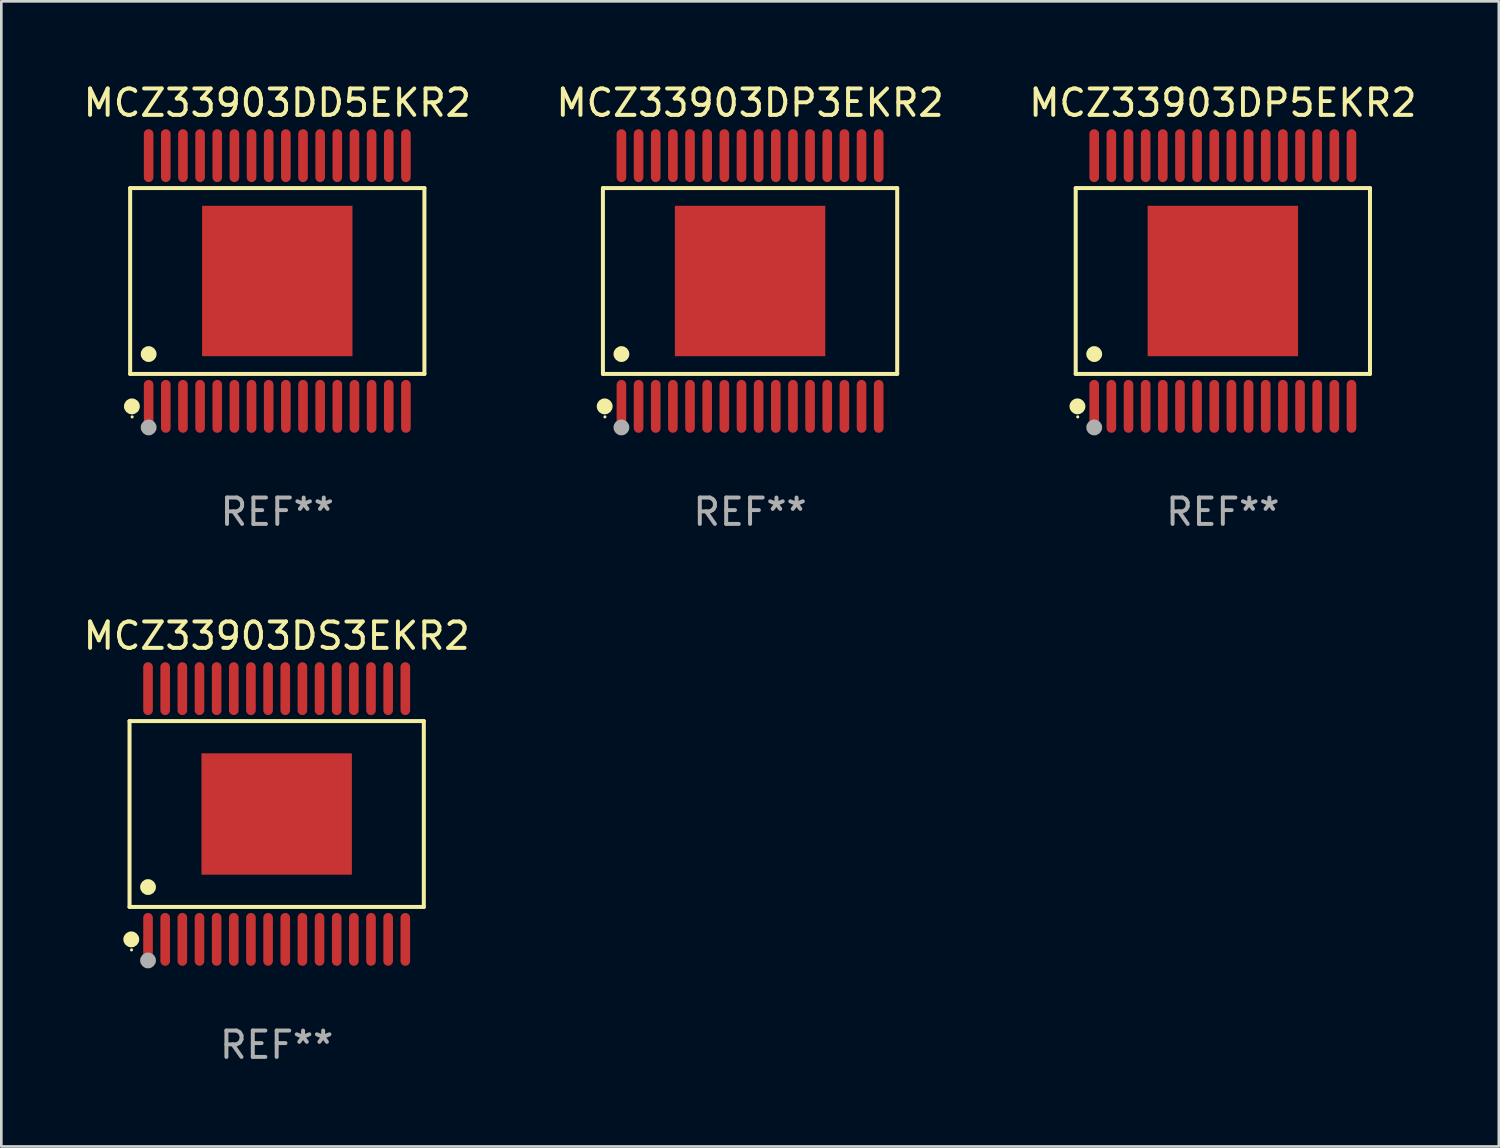
<source format=kicad_pcb>
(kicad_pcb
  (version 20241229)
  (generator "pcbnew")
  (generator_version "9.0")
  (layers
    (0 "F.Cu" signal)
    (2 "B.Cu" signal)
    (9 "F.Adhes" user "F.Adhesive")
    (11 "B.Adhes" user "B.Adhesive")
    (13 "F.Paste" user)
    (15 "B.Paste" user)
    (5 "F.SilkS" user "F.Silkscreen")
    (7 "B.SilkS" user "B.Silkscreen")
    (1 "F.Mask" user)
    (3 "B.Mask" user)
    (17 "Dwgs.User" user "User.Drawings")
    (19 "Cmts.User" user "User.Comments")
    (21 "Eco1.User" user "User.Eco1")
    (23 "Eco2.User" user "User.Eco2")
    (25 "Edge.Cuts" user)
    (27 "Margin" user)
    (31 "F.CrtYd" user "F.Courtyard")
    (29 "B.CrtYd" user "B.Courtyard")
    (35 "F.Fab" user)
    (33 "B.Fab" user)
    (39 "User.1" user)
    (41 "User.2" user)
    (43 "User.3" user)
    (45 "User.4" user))
  (footprint "MCZ33903DD5EKR2"
    (layer "F.Cu")
    (at 7.458 7.599)
    (property "Reference" "MCZ33903DD5EKR2" (at 0 -6.751 0) (layer "F.SilkS") (effects (font (size 1 1) (thickness 0.15))))
    (attr through_hole)
    (fp_line (start -5.576 -3.521) (end 5.576 -3.521) (stroke (width 0.152) (type solid)) (layer "F.SilkS"))
    (fp_line (start -5.576 3.521) (end -5.576 -3.521) (stroke (width 0.152) (type solid)) (layer "F.SilkS"))
    (fp_line (start 5.576 -3.521) (end 5.576 3.521) (stroke (width 0.152) (type solid)) (layer "F.SilkS"))
    (fp_line (start 5.576 3.521) (end -5.576 3.521) (stroke (width 0.152) (type solid)) (layer "F.SilkS"))
    (fp_circle (center -5.51 4.751) (end -5.359 4.751) (stroke (width 0.3) (type solid)) (fill no) (layer "F.SilkS"))
    (fp_circle (center -5.5 5.15) (end -5.47 5.15) (stroke (width 0.06) (type solid)) (fill no) (layer "F.SilkS"))
    (fp_circle (center -4.875 2.769) (end -4.725 2.769) (stroke (width 0.3) (type solid)) (fill no) (layer "F.SilkS"))
    (fp_circle (center -4.875 5.55) (end -4.725 5.55) (stroke (width 0.3) (type solid)) (fill no) (layer "F.Fab"))
    (fp_text user "REF**" (at 0 8.751 0) (layer "F.Fab") (effects (font (size 1 1) (thickness 0.15))))
    (pad "1" smd oval (at -4.875 4.751) (size 0.364 2.002) (layers "F.Cu" "F.Mask" "F.Paste"))
    (pad "2" smd oval (at -4.225 4.751) (size 0.364 2.002) (layers "F.Cu" "F.Mask" "F.Paste"))
    (pad "3" smd oval (at -3.575 4.751) (size 0.364 2.002) (layers "F.Cu" "F.Mask" "F.Paste"))
    (pad "4" smd oval (at -2.925 4.751) (size 0.364 2.002) (layers "F.Cu" "F.Mask" "F.Paste"))
    (pad "5" smd oval (at -2.275 4.751) (size 0.364 2.002) (layers "F.Cu" "F.Mask" "F.Paste"))
    (pad "6" smd oval (at -1.625 4.751) (size 0.364 2.002) (layers "F.Cu" "F.Mask" "F.Paste"))
    (pad "7" smd oval (at -0.975 4.751) (size 0.364 2.002) (layers "F.Cu" "F.Mask" "F.Paste"))
    (pad "8" smd oval (at -0.325 4.751) (size 0.364 2.002) (layers "F.Cu" "F.Mask" "F.Paste"))
    (pad "9" smd oval (at 0.325 4.751) (size 0.364 2.002) (layers "F.Cu" "F.Mask" "F.Paste"))
    (pad "10" smd oval (at 0.975 4.751) (size 0.364 2.002) (layers "F.Cu" "F.Mask" "F.Paste"))
    (pad "11" smd oval (at 1.625 4.751) (size 0.364 2.002) (layers "F.Cu" "F.Mask" "F.Paste"))
    (pad "12" smd oval (at 2.275 4.751) (size 0.364 2.002) (layers "F.Cu" "F.Mask" "F.Paste"))
    (pad "13" smd oval (at 2.925 4.751) (size 0.364 2.002) (layers "F.Cu" "F.Mask" "F.Paste"))
    (pad "14" smd oval (at 3.575 4.751) (size 0.364 2.002) (layers "F.Cu" "F.Mask" "F.Paste"))
    (pad "15" smd oval (at 4.225 4.751) (size 0.364 2.002) (layers "F.Cu" "F.Mask" "F.Paste"))
    (pad "16" smd oval (at 4.875 4.751) (size 0.364 2.002) (layers "F.Cu" "F.Mask" "F.Paste"))
    (pad "17" smd oval (at 4.875 -4.751) (size 0.364 2.002) (layers "F.Cu" "F.Mask" "F.Paste"))
    (pad "18" smd oval (at 4.225 -4.751) (size 0.364 2.002) (layers "F.Cu" "F.Mask" "F.Paste"))
    (pad "19" smd oval (at 3.575 -4.751) (size 0.364 2.002) (layers "F.Cu" "F.Mask" "F.Paste"))
    (pad "20" smd oval (at 2.925 -4.751) (size 0.364 2.002) (layers "F.Cu" "F.Mask" "F.Paste"))
    (pad "21" smd oval (at 2.275 -4.751) (size 0.364 2.002) (layers "F.Cu" "F.Mask" "F.Paste"))
    (pad "22" smd oval (at 1.625 -4.751) (size 0.364 2.002) (layers "F.Cu" "F.Mask" "F.Paste"))
    (pad "23" smd oval (at 0.975 -4.751) (size 0.364 2.002) (layers "F.Cu" "F.Mask" "F.Paste"))
    (pad "24" smd oval (at 0.325 -4.751) (size 0.364 2.002) (layers "F.Cu" "F.Mask" "F.Paste"))
    (pad "25" smd oval (at -0.325 -4.751) (size 0.364 2.002) (layers "F.Cu" "F.Mask" "F.Paste"))
    (pad "26" smd oval (at -0.975 -4.751) (size 0.364 2.002) (layers "F.Cu" "F.Mask" "F.Paste"))
    (pad "27" smd oval (at -1.625 -4.751) (size 0.364 2.002) (layers "F.Cu" "F.Mask" "F.Paste"))
    (pad "28" smd oval (at -2.275 -4.751) (size 0.364 2.002) (layers "F.Cu" "F.Mask" "F.Paste"))
    (pad "29" smd oval (at -2.925 -4.751) (size 0.364 2.002) (layers "F.Cu" "F.Mask" "F.Paste"))
    (pad "30" smd oval (at -3.575 -4.751) (size 0.364 2.002) (layers "F.Cu" "F.Mask" "F.Paste"))
    (pad "31" smd oval (at -4.225 -4.751) (size 0.364 2.002) (layers "F.Cu" "F.Mask" "F.Paste"))
    (pad "32" smd oval (at -4.875 -4.751) (size 0.364 2.002) (layers "F.Cu" "F.Mask" "F.Paste"))
    (pad "33" smd rect (at 0 0) (size 5.7 5.7) (layers "F.Cu" "F.Mask" "F.Paste")))
  (footprint "MCZ33903DS3EKR2"
    (layer "F.Cu")
    (at 7.435 27.798)
    (property "Reference" "MCZ33903DS3EKR2" (at 0 -6.751 0) (layer "F.SilkS") (effects (font (size 1 1) (thickness 0.15))))
    (attr through_hole)
    (fp_line (start -5.576 -3.521) (end 5.576 -3.521) (stroke (width 0.152) (type solid)) (layer "F.SilkS"))
    (fp_line (start -5.576 3.521) (end -5.576 -3.521) (stroke (width 0.152) (type solid)) (layer "F.SilkS"))
    (fp_line (start 5.576 -3.521) (end 5.576 3.521) (stroke (width 0.152) (type solid)) (layer "F.SilkS"))
    (fp_line (start 5.576 3.521) (end -5.576 3.521) (stroke (width 0.152) (type solid)) (layer "F.SilkS"))
    (fp_circle (center -5.51 4.751) (end -5.359 4.751) (stroke (width 0.3) (type solid)) (fill no) (layer "F.SilkS"))
    (fp_circle (center -5.5 5.15) (end -5.47 5.15) (stroke (width 0.06) (type solid)) (fill no) (layer "F.SilkS"))
    (fp_circle (center -4.875 2.769) (end -4.725 2.769) (stroke (width 0.3) (type solid)) (fill no) (layer "F.SilkS"))
    (fp_circle (center -4.875 5.55) (end -4.725 5.55) (stroke (width 0.3) (type solid)) (fill no) (layer "F.Fab"))
    (fp_text user "REF**" (at 0 8.751 0) (layer "F.Fab") (effects (font (size 1 1) (thickness 0.15))))
    (pad "1" smd oval (at -4.875 4.751) (size 0.364 2.002) (layers "F.Cu" "F.Mask" "F.Paste"))
    (pad "2" smd oval (at -4.225 4.751) (size 0.364 2.002) (layers "F.Cu" "F.Mask" "F.Paste"))
    (pad "3" smd oval (at -3.575 4.751) (size 0.364 2.002) (layers "F.Cu" "F.Mask" "F.Paste"))
    (pad "4" smd oval (at -2.925 4.751) (size 0.364 2.002) (layers "F.Cu" "F.Mask" "F.Paste"))
    (pad "5" smd oval (at -2.275 4.751) (size 0.364 2.002) (layers "F.Cu" "F.Mask" "F.Paste"))
    (pad "6" smd oval (at -1.625 4.751) (size 0.364 2.002) (layers "F.Cu" "F.Mask" "F.Paste"))
    (pad "7" smd oval (at -0.975 4.751) (size 0.364 2.002) (layers "F.Cu" "F.Mask" "F.Paste"))
    (pad "8" smd oval (at -0.325 4.751) (size 0.364 2.002) (layers "F.Cu" "F.Mask" "F.Paste"))
    (pad "9" smd oval (at 0.325 4.751) (size 0.364 2.002) (layers "F.Cu" "F.Mask" "F.Paste"))
    (pad "10" smd oval (at 0.975 4.751) (size 0.364 2.002) (layers "F.Cu" "F.Mask" "F.Paste"))
    (pad "11" smd oval (at 1.625 4.751) (size 0.364 2.002) (layers "F.Cu" "F.Mask" "F.Paste"))
    (pad "12" smd oval (at 2.275 4.751) (size 0.364 2.002) (layers "F.Cu" "F.Mask" "F.Paste"))
    (pad "13" smd oval (at 2.925 4.751) (size 0.364 2.002) (layers "F.Cu" "F.Mask" "F.Paste"))
    (pad "14" smd oval (at 3.575 4.751) (size 0.364 2.002) (layers "F.Cu" "F.Mask" "F.Paste"))
    (pad "15" smd oval (at 4.225 4.751) (size 0.364 2.002) (layers "F.Cu" "F.Mask" "F.Paste"))
    (pad "16" smd oval (at 4.875 4.751) (size 0.364 2.002) (layers "F.Cu" "F.Mask" "F.Paste"))
    (pad "17" smd oval (at 4.875 -4.751) (size 0.364 2.002) (layers "F.Cu" "F.Mask" "F.Paste"))
    (pad "18" smd oval (at 4.225 -4.751) (size 0.364 2.002) (layers "F.Cu" "F.Mask" "F.Paste"))
    (pad "19" smd oval (at 3.575 -4.751) (size 0.364 2.002) (layers "F.Cu" "F.Mask" "F.Paste"))
    (pad "20" smd oval (at 2.925 -4.751) (size 0.364 2.002) (layers "F.Cu" "F.Mask" "F.Paste"))
    (pad "21" smd oval (at 2.275 -4.751) (size 0.364 2.002) (layers "F.Cu" "F.Mask" "F.Paste"))
    (pad "22" smd oval (at 1.625 -4.751) (size 0.364 2.002) (layers "F.Cu" "F.Mask" "F.Paste"))
    (pad "23" smd oval (at 0.975 -4.751) (size 0.364 2.002) (layers "F.Cu" "F.Mask" "F.Paste"))
    (pad "24" smd oval (at 0.325 -4.751) (size 0.364 2.002) (layers "F.Cu" "F.Mask" "F.Paste"))
    (pad "25" smd oval (at -0.325 -4.751) (size 0.364 2.002) (layers "F.Cu" "F.Mask" "F.Paste"))
    (pad "26" smd oval (at -0.975 -4.751) (size 0.364 2.002) (layers "F.Cu" "F.Mask" "F.Paste"))
    (pad "27" smd oval (at -1.625 -4.751) (size 0.364 2.002) (layers "F.Cu" "F.Mask" "F.Paste"))
    (pad "28" smd oval (at -2.275 -4.751) (size 0.364 2.002) (layers "F.Cu" "F.Mask" "F.Paste"))
    (pad "29" smd oval (at -2.925 -4.751) (size 0.364 2.002) (layers "F.Cu" "F.Mask" "F.Paste"))
    (pad "30" smd oval (at -3.575 -4.751) (size 0.364 2.002) (layers "F.Cu" "F.Mask" "F.Paste"))
    (pad "31" smd oval (at -4.225 -4.751) (size 0.364 2.002) (layers "F.Cu" "F.Mask" "F.Paste"))
    (pad "32" smd oval (at -4.875 -4.751) (size 0.364 2.002) (layers "F.Cu" "F.Mask" "F.Paste"))
    (pad "33" smd rect (at 0 0) (size 5.7 4.6) (layers "F.Cu" "F.Mask" "F.Paste")))
  (footprint "MCZ33903DP3EKR2"
    (layer "F.Cu")
    (at 25.375 7.599)
    (property "Reference" "MCZ33903DP3EKR2" (at 0 -6.751 0) (layer "F.SilkS") (effects (font (size 1 1) (thickness 0.15))))
    (attr through_hole)
    (fp_line (start -5.576 -3.521) (end 5.576 -3.521) (stroke (width 0.152) (type solid)) (layer "F.SilkS"))
    (fp_line (start -5.576 3.521) (end -5.576 -3.521) (stroke (width 0.152) (type solid)) (layer "F.SilkS"))
    (fp_line (start 5.576 -3.521) (end 5.576 3.521) (stroke (width 0.152) (type solid)) (layer "F.SilkS"))
    (fp_line (start 5.576 3.521) (end -5.576 3.521) (stroke (width 0.152) (type solid)) (layer "F.SilkS"))
    (fp_circle (center -5.51 4.751) (end -5.359 4.751) (stroke (width 0.3) (type solid)) (fill no) (layer "F.SilkS"))
    (fp_circle (center -5.5 5.15) (end -5.47 5.15) (stroke (width 0.06) (type solid)) (fill no) (layer "F.SilkS"))
    (fp_circle (center -4.875 2.769) (end -4.725 2.769) (stroke (width 0.3) (type solid)) (fill no) (layer "F.SilkS"))
    (fp_circle (center -4.875 5.55) (end -4.725 5.55) (stroke (width 0.3) (type solid)) (fill no) (layer "F.Fab"))
    (fp_text user "REF**" (at 0 8.751 0) (layer "F.Fab") (effects (font (size 1 1) (thickness 0.15))))
    (pad "1" smd oval (at -4.875 4.751) (size 0.364 2.002) (layers "F.Cu" "F.Mask" "F.Paste"))
    (pad "2" smd oval (at -4.225 4.751) (size 0.364 2.002) (layers "F.Cu" "F.Mask" "F.Paste"))
    (pad "3" smd oval (at -3.575 4.751) (size 0.364 2.002) (layers "F.Cu" "F.Mask" "F.Paste"))
    (pad "4" smd oval (at -2.925 4.751) (size 0.364 2.002) (layers "F.Cu" "F.Mask" "F.Paste"))
    (pad "5" smd oval (at -2.275 4.751) (size 0.364 2.002) (layers "F.Cu" "F.Mask" "F.Paste"))
    (pad "6" smd oval (at -1.625 4.751) (size 0.364 2.002) (layers "F.Cu" "F.Mask" "F.Paste"))
    (pad "7" smd oval (at -0.975 4.751) (size 0.364 2.002) (layers "F.Cu" "F.Mask" "F.Paste"))
    (pad "8" smd oval (at -0.325 4.751) (size 0.364 2.002) (layers "F.Cu" "F.Mask" "F.Paste"))
    (pad "9" smd oval (at 0.325 4.751) (size 0.364 2.002) (layers "F.Cu" "F.Mask" "F.Paste"))
    (pad "10" smd oval (at 0.975 4.751) (size 0.364 2.002) (layers "F.Cu" "F.Mask" "F.Paste"))
    (pad "11" smd oval (at 1.625 4.751) (size 0.364 2.002) (layers "F.Cu" "F.Mask" "F.Paste"))
    (pad "12" smd oval (at 2.275 4.751) (size 0.364 2.002) (layers "F.Cu" "F.Mask" "F.Paste"))
    (pad "13" smd oval (at 2.925 4.751) (size 0.364 2.002) (layers "F.Cu" "F.Mask" "F.Paste"))
    (pad "14" smd oval (at 3.575 4.751) (size 0.364 2.002) (layers "F.Cu" "F.Mask" "F.Paste"))
    (pad "15" smd oval (at 4.225 4.751) (size 0.364 2.002) (layers "F.Cu" "F.Mask" "F.Paste"))
    (pad "16" smd oval (at 4.875 4.751) (size 0.364 2.002) (layers "F.Cu" "F.Mask" "F.Paste"))
    (pad "17" smd oval (at 4.875 -4.751) (size 0.364 2.002) (layers "F.Cu" "F.Mask" "F.Paste"))
    (pad "18" smd oval (at 4.225 -4.751) (size 0.364 2.002) (layers "F.Cu" "F.Mask" "F.Paste"))
    (pad "19" smd oval (at 3.575 -4.751) (size 0.364 2.002) (layers "F.Cu" "F.Mask" "F.Paste"))
    (pad "20" smd oval (at 2.925 -4.751) (size 0.364 2.002) (layers "F.Cu" "F.Mask" "F.Paste"))
    (pad "21" smd oval (at 2.275 -4.751) (size 0.364 2.002) (layers "F.Cu" "F.Mask" "F.Paste"))
    (pad "22" smd oval (at 1.625 -4.751) (size 0.364 2.002) (layers "F.Cu" "F.Mask" "F.Paste"))
    (pad "23" smd oval (at 0.975 -4.751) (size 0.364 2.002) (layers "F.Cu" "F.Mask" "F.Paste"))
    (pad "24" smd oval (at 0.325 -4.751) (size 0.364 2.002) (layers "F.Cu" "F.Mask" "F.Paste"))
    (pad "25" smd oval (at -0.325 -4.751) (size 0.364 2.002) (layers "F.Cu" "F.Mask" "F.Paste"))
    (pad "26" smd oval (at -0.975 -4.751) (size 0.364 2.002) (layers "F.Cu" "F.Mask" "F.Paste"))
    (pad "27" smd oval (at -1.625 -4.751) (size 0.364 2.002) (layers "F.Cu" "F.Mask" "F.Paste"))
    (pad "28" smd oval (at -2.275 -4.751) (size 0.364 2.002) (layers "F.Cu" "F.Mask" "F.Paste"))
    (pad "29" smd oval (at -2.925 -4.751) (size 0.364 2.002) (layers "F.Cu" "F.Mask" "F.Paste"))
    (pad "30" smd oval (at -3.575 -4.751) (size 0.364 2.002) (layers "F.Cu" "F.Mask" "F.Paste"))
    (pad "31" smd oval (at -4.225 -4.751) (size 0.364 2.002) (layers "F.Cu" "F.Mask" "F.Paste"))
    (pad "32" smd oval (at -4.875 -4.751) (size 0.364 2.002) (layers "F.Cu" "F.Mask" "F.Paste"))
    (pad "33" smd rect (at 0 0) (size 5.7 5.7) (layers "F.Cu" "F.Mask" "F.Paste")))
  (footprint "MCZ33903DP5EKR2"
    (layer "F.Cu")
    (at 43.292 7.599)
    (property "Reference" "MCZ33903DP5EKR2" (at 0 -6.751 0) (layer "F.SilkS") (effects (font (size 1 1) (thickness 0.15))))
    (attr through_hole)
    (fp_line (start -5.576 -3.521) (end 5.576 -3.521) (stroke (width 0.152) (type solid)) (layer "F.SilkS"))
    (fp_line (start -5.576 3.521) (end -5.576 -3.521) (stroke (width 0.152) (type solid)) (layer "F.SilkS"))
    (fp_line (start 5.576 -3.521) (end 5.576 3.521) (stroke (width 0.152) (type solid)) (layer "F.SilkS"))
    (fp_line (start 5.576 3.521) (end -5.576 3.521) (stroke (width 0.152) (type solid)) (layer "F.SilkS"))
    (fp_circle (center -5.51 4.751) (end -5.359 4.751) (stroke (width 0.3) (type solid)) (fill no) (layer "F.SilkS"))
    (fp_circle (center -5.5 5.15) (end -5.47 5.15) (stroke (width 0.06) (type solid)) (fill no) (layer "F.SilkS"))
    (fp_circle (center -4.875 2.769) (end -4.725 2.769) (stroke (width 0.3) (type solid)) (fill no) (layer "F.SilkS"))
    (fp_circle (center -4.875 5.55) (end -4.725 5.55) (stroke (width 0.3) (type solid)) (fill no) (layer "F.Fab"))
    (fp_text user "REF**" (at 0 8.751 0) (layer "F.Fab") (effects (font (size 1 1) (thickness 0.15))))
    (pad "1" smd oval (at -4.875 4.751) (size 0.364 2.002) (layers "F.Cu" "F.Mask" "F.Paste"))
    (pad "2" smd oval (at -4.225 4.751) (size 0.364 2.002) (layers "F.Cu" "F.Mask" "F.Paste"))
    (pad "3" smd oval (at -3.575 4.751) (size 0.364 2.002) (layers "F.Cu" "F.Mask" "F.Paste"))
    (pad "4" smd oval (at -2.925 4.751) (size 0.364 2.002) (layers "F.Cu" "F.Mask" "F.Paste"))
    (pad "5" smd oval (at -2.275 4.751) (size 0.364 2.002) (layers "F.Cu" "F.Mask" "F.Paste"))
    (pad "6" smd oval (at -1.625 4.751) (size 0.364 2.002) (layers "F.Cu" "F.Mask" "F.Paste"))
    (pad "7" smd oval (at -0.975 4.751) (size 0.364 2.002) (layers "F.Cu" "F.Mask" "F.Paste"))
    (pad "8" smd oval (at -0.325 4.751) (size 0.364 2.002) (layers "F.Cu" "F.Mask" "F.Paste"))
    (pad "9" smd oval (at 0.325 4.751) (size 0.364 2.002) (layers "F.Cu" "F.Mask" "F.Paste"))
    (pad "10" smd oval (at 0.975 4.751) (size 0.364 2.002) (layers "F.Cu" "F.Mask" "F.Paste"))
    (pad "11" smd oval (at 1.625 4.751) (size 0.364 2.002) (layers "F.Cu" "F.Mask" "F.Paste"))
    (pad "12" smd oval (at 2.275 4.751) (size 0.364 2.002) (layers "F.Cu" "F.Mask" "F.Paste"))
    (pad "13" smd oval (at 2.925 4.751) (size 0.364 2.002) (layers "F.Cu" "F.Mask" "F.Paste"))
    (pad "14" smd oval (at 3.575 4.751) (size 0.364 2.002) (layers "F.Cu" "F.Mask" "F.Paste"))
    (pad "15" smd oval (at 4.225 4.751) (size 0.364 2.002) (layers "F.Cu" "F.Mask" "F.Paste"))
    (pad "16" smd oval (at 4.875 4.751) (size 0.364 2.002) (layers "F.Cu" "F.Mask" "F.Paste"))
    (pad "17" smd oval (at 4.875 -4.751) (size 0.364 2.002) (layers "F.Cu" "F.Mask" "F.Paste"))
    (pad "18" smd oval (at 4.225 -4.751) (size 0.364 2.002) (layers "F.Cu" "F.Mask" "F.Paste"))
    (pad "19" smd oval (at 3.575 -4.751) (size 0.364 2.002) (layers "F.Cu" "F.Mask" "F.Paste"))
    (pad "20" smd oval (at 2.925 -4.751) (size 0.364 2.002) (layers "F.Cu" "F.Mask" "F.Paste"))
    (pad "21" smd oval (at 2.275 -4.751) (size 0.364 2.002) (layers "F.Cu" "F.Mask" "F.Paste"))
    (pad "22" smd oval (at 1.625 -4.751) (size 0.364 2.002) (layers "F.Cu" "F.Mask" "F.Paste"))
    (pad "23" smd oval (at 0.975 -4.751) (size 0.364 2.002) (layers "F.Cu" "F.Mask" "F.Paste"))
    (pad "24" smd oval (at 0.325 -4.751) (size 0.364 2.002) (layers "F.Cu" "F.Mask" "F.Paste"))
    (pad "25" smd oval (at -0.325 -4.751) (size 0.364 2.002) (layers "F.Cu" "F.Mask" "F.Paste"))
    (pad "26" smd oval (at -0.975 -4.751) (size 0.364 2.002) (layers "F.Cu" "F.Mask" "F.Paste"))
    (pad "27" smd oval (at -1.625 -4.751) (size 0.364 2.002) (layers "F.Cu" "F.Mask" "F.Paste"))
    (pad "28" smd oval (at -2.275 -4.751) (size 0.364 2.002) (layers "F.Cu" "F.Mask" "F.Paste"))
    (pad "29" smd oval (at -2.925 -4.751) (size 0.364 2.002) (layers "F.Cu" "F.Mask" "F.Paste"))
    (pad "30" smd oval (at -3.575 -4.751) (size 0.364 2.002) (layers "F.Cu" "F.Mask" "F.Paste"))
    (pad "31" smd oval (at -4.225 -4.751) (size 0.364 2.002) (layers "F.Cu" "F.Mask" "F.Paste"))
    (pad "32" smd oval (at -4.875 -4.751) (size 0.364 2.002) (layers "F.Cu" "F.Mask" "F.Paste"))
    (pad "33" smd rect (at 0 0) (size 5.7 5.7) (layers "F.Cu" "F.Mask" "F.Paste")))
  (gr_rect
    (start -3 -3)
    (end 53.75 40.397)
    (stroke (width 0.1) (type default))
    (fill no)
    (layer "Edge.Cuts")))
</source>
